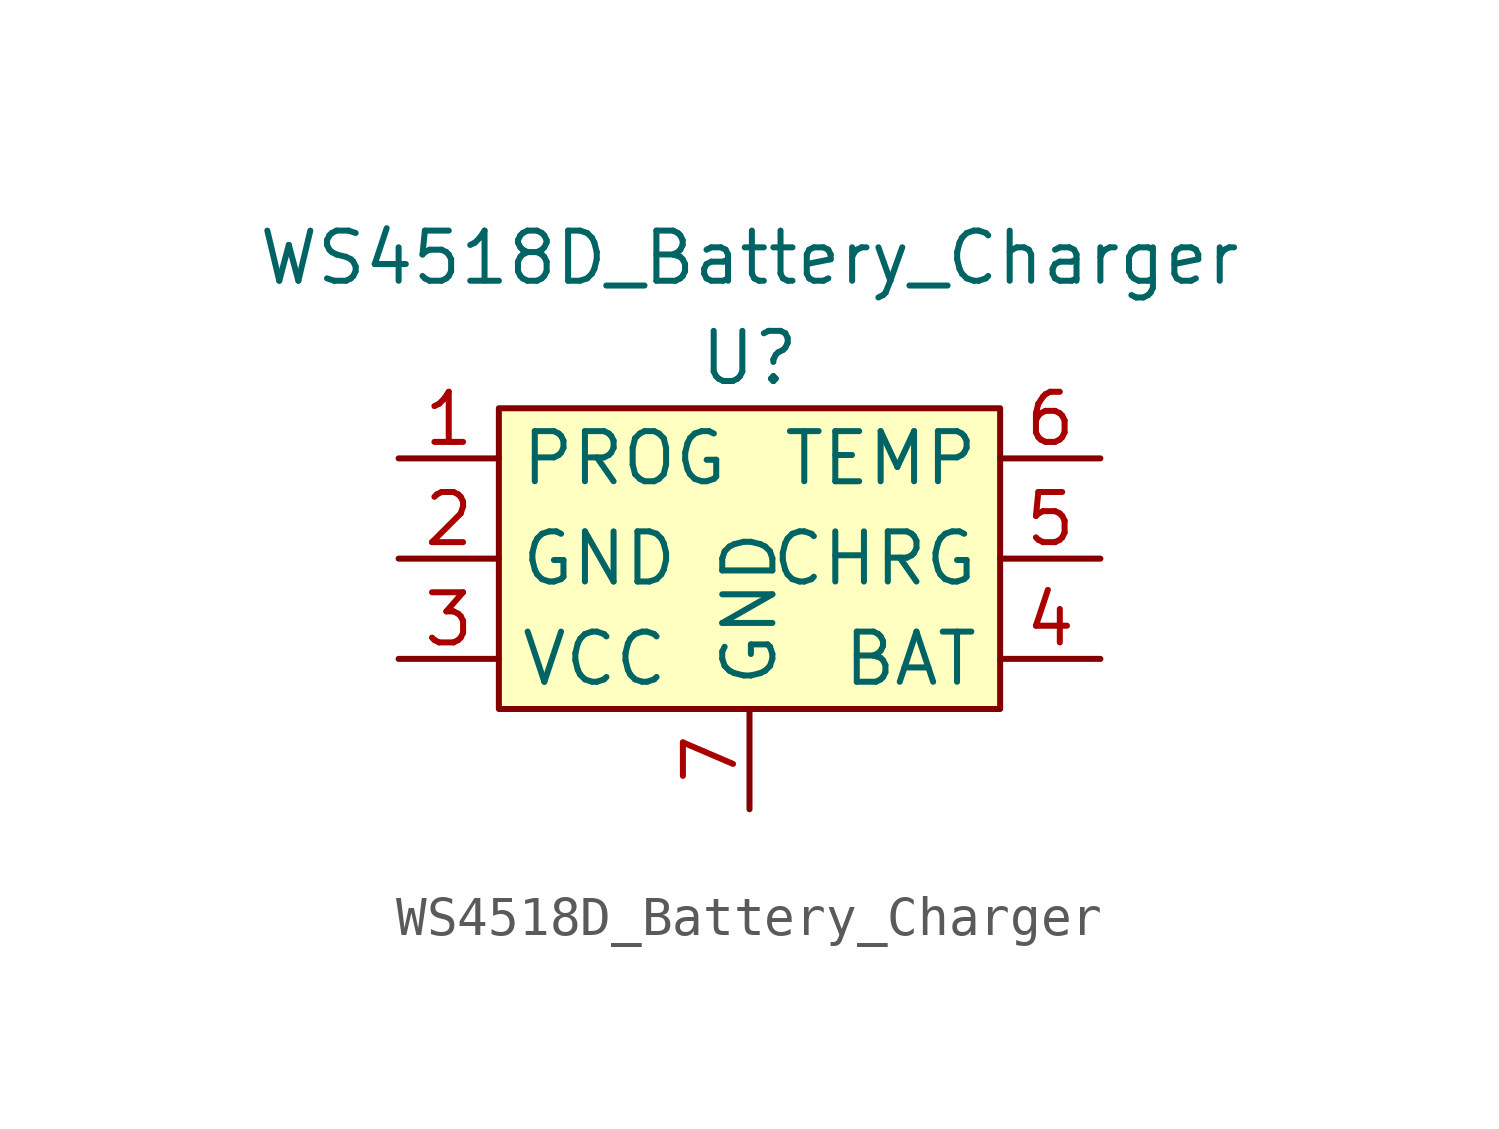
<source format=kicad_sym>
(kicad_symbol_lib
  (version 20211014)
  (generator kicad_symbol_editor)
  (symbol "WS4518D_Battery_Charger"
    (property "Reference" "U"
      (at 0 5.08 0)
      (effects (font (size 1.27 1.27))))
    (property "Value" "WS4518D_Battery_Charger"
      (at 0 7.62 0)
      (effects (font (size 1.27 1.27))))
    (symbol "WS4518D_Battery_Charger_0_1"
      (rectangle (start -6.35 3.81) (end 6.35 -3.81) (stroke (width 0.152) (type default) (color 0 0 0 0)) (fill (type background))))
    (symbol "WS4518D_Battery_Charger_1_1"
      (pin bidirectional line (at -8.89 2.54 0) (length 2.54) (name "PROG" (effects (font (size 1.27 1.27)))) (number "1" (effects (font (size 1.27 1.27)))))
      (pin bidirectional line (at -8.89 0 0) (length 2.54) (name "GND" (effects (font (size 1.27 1.27)))) (number "2" (effects (font (size 1.27 1.27)))))
      (pin bidirectional line (at -8.89 -2.54 0) (length 2.54) (name "VCC" (effects (font (size 1.27 1.27)))) (number "3" (effects (font (size 1.27 1.27)))))
      (pin bidirectional line (at 8.89 -2.54 180) (length 2.54) (name "BAT" (effects (font (size 1.27 1.27)))) (number "4" (effects (font (size 1.27 1.27)))))
      (pin bidirectional line (at 8.89 0 180) (length 2.54) (name "CHRG" (effects (font (size 1.27 1.27)))) (number "5" (effects (font (size 1.27 1.27)))))
      (pin bidirectional line (at 8.89 2.54 180) (length 2.54) (name "TEMP" (effects (font (size 1.27 1.27)))) (number "6" (effects (font (size 1.27 1.27)))))
      (pin bidirectional line (at 0 -6.35 90) (length 2.54) (name "GND" (effects (font (size 1.27 1.27)))) (number "7" (effects (font (size 1.27 1.27))))))))
</source>
